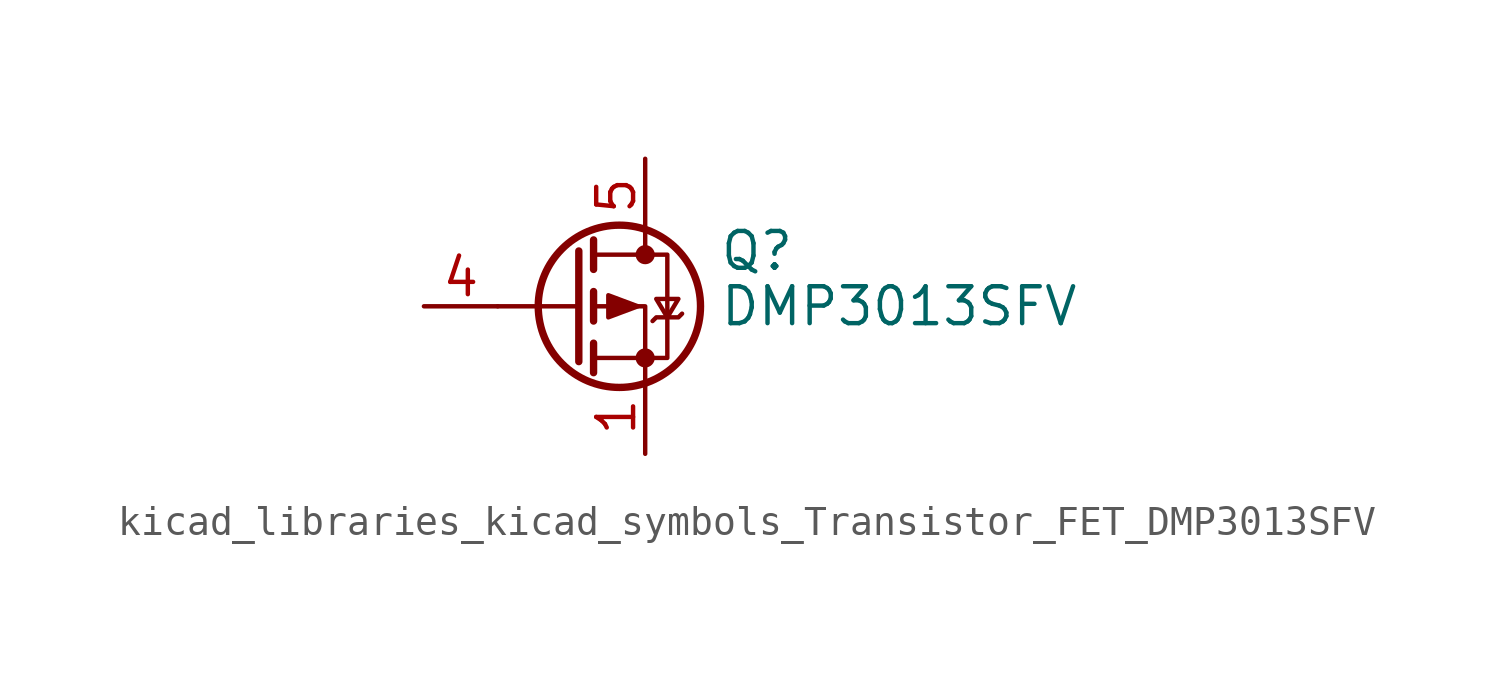
<source format=kicad_sym>
(kicad_symbol_lib
  (version 20220914)
  (generator kicad_symbol_editor)
  (symbol "kicad_libraries_kicad_symbols_Transistor_FET_DMP3013SFV"
    (pin_names hide)
    (property "Reference" "Q"
      (at 5.08 1.905 0)
      (effects (font (size 1.27 1.27)) (justify left)))
    (property "Value" "DMP3013SFV"
      (at 5.08 0 0)
      (effects (font (size 1.27 1.27)) (justify left)))
    (symbol "kicad_libraries_kicad_symbols_Transistor_FET_DMP3013SFV_0_1"
      (polyline (pts (xy 0.254 0) (xy -2.54 0)) (stroke (width 0) (type default)) (fill (type none)))
      (polyline (pts (xy 0.254 1.905) (xy 0.254 -1.905)) (stroke (width 0.254) (type default)) (fill (type none)))
      (polyline (pts (xy 0.762 -1.27) (xy 0.762 -2.286)) (stroke (width 0.254) (type default)) (fill (type none)))
      (polyline (pts (xy 0.762 0.508) (xy 0.762 -0.508)) (stroke (width 0.254) (type default)) (fill (type none)))
      (polyline (pts (xy 0.762 2.286) (xy 0.762 1.27)) (stroke (width 0.254) (type default)) (fill (type none)))
      (polyline (pts (xy 2.54 2.54) (xy 2.54 1.778)) (stroke (width 0) (type default)) (fill (type none)))
      (polyline (pts (xy 2.54 -2.54) (xy 2.54 0) (xy 0.762 0)) (stroke (width 0) (type default)) (fill (type none)))
      (polyline (pts (xy 0.762 1.778) (xy 3.302 1.778) (xy 3.302 -1.778) (xy 0.762 -1.778)) (stroke (width 0) (type default)) (fill (type none)))
      (polyline (pts (xy 2.286 0) (xy 1.27 0.381) (xy 1.27 -0.381) (xy 2.286 0)) (stroke (width 0) (type default)) (fill (type outline)))
      (polyline (pts (xy 2.794 -0.508) (xy 2.921 -0.381) (xy 3.683 -0.381) (xy 3.81 -0.254)) (stroke (width 0) (type default)) (fill (type none)))
      (polyline (pts (xy 3.302 -0.381) (xy 2.921 0.254) (xy 3.683 0.254) (xy 3.302 -0.381)) (stroke (width 0) (type default)) (fill (type none)))
      (circle (center 1.651 0) (radius 2.794) (stroke (width 0.254) (type default)) (fill (type none)))
      (circle (center 2.54 -1.778) (radius 0.254) (stroke (width 0) (type default)) (fill (type outline)))
      (circle (center 2.54 1.778) (radius 0.254) (stroke (width 0) (type default)) (fill (type outline))))
    (symbol "kicad_libraries_kicad_symbols_Transistor_FET_DMP3013SFV_1_1"
      (pin passive line (at 2.54 -5.08 90) (length 2.54) (name "S" (effects (font (size 1.27 1.27)))) (number "1" (effects (font (size 1.27 1.27)))))
      (pin passive line (at 2.54 -5.08 90) (length 2.54) hide (name "S" (effects (font (size 1.27 1.27)))) (number "2" (effects (font (size 1.27 1.27)))))
      (pin passive line (at 2.54 -5.08 90) (length 2.54) hide (name "S" (effects (font (size 1.27 1.27)))) (number "3" (effects (font (size 1.27 1.27)))))
      (pin passive line (at -5.08 0 0) (length 2.54) (name "G" (effects (font (size 1.27 1.27)))) (number "4" (effects (font (size 1.27 1.27)))))
      (pin passive line (at 2.54 5.08 270) (length 2.54) (name "D" (effects (font (size 1.27 1.27)))) (number "5" (effects (font (size 1.27 1.27))))))))
</source>
